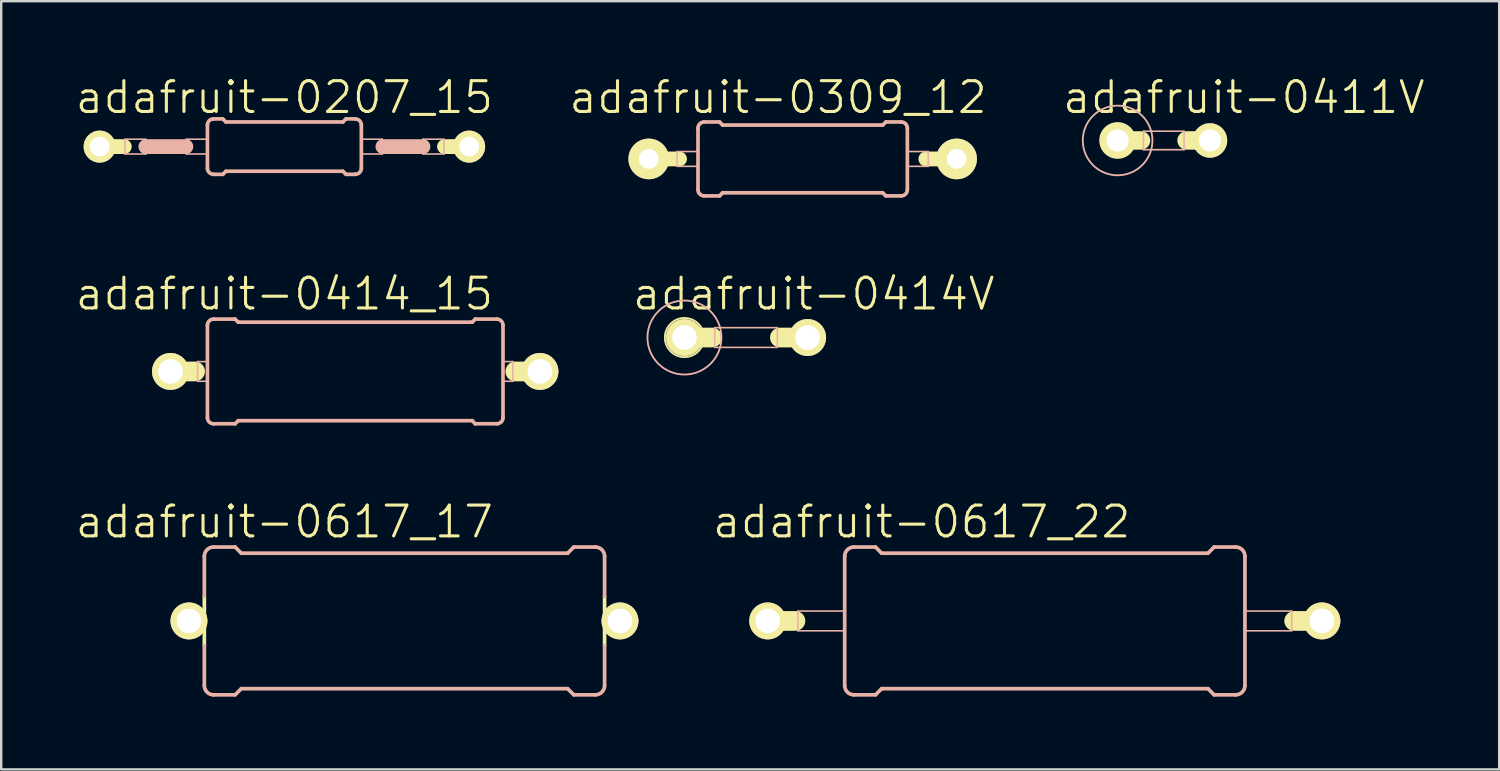
<source format=kicad_pcb>
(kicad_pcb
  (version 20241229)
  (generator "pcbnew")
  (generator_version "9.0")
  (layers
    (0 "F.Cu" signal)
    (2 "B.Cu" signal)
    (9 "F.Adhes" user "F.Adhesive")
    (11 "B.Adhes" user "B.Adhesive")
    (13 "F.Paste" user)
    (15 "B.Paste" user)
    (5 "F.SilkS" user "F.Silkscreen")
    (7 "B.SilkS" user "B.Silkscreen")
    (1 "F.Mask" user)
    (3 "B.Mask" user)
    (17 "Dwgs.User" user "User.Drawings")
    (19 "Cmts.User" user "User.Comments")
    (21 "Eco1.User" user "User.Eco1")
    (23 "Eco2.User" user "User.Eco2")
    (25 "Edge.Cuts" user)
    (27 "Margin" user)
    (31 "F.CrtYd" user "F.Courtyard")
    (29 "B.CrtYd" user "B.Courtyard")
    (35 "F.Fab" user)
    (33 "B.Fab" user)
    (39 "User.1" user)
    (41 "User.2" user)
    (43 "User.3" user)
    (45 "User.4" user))
  (footprint "adafruit-0207_15"
    (layer "F.Cu")
    (at 8.681 2.998)
    (property "Reference" "adafruit-0207_15" (at 0 -2.032 0) (layer "F.SilkS") (effects (font (size 1.27 1.27) (thickness 0.127))))
    (attr exclude_from_pos_files exclude_from_bom)
    (fp_line (start -7.62 0) (end -6.604 0) (stroke (width 0.61) (type solid)) (layer "F.SilkS"))
    (fp_line (start 7.62 0) (end 6.604 0) (stroke (width 0.61) (type solid)) (layer "F.SilkS"))
    (fp_line (start -6.579 -0.305) (end -5.715 -0.305) (stroke (width 0.066) (type solid)) (layer "B.SilkS"))
    (fp_line (start -6.579 0.305) (end -6.579 -0.305) (stroke (width 0.066) (type solid)) (layer "B.SilkS"))
    (fp_line (start -6.579 0.305) (end -5.715 0.305) (stroke (width 0.066) (type solid)) (layer "B.SilkS"))
    (fp_line (start -5.715 0) (end -4.064 0) (stroke (width 0.61) (type solid)) (layer "B.SilkS"))
    (fp_line (start -5.715 0.305) (end -5.715 -0.305) (stroke (width 0.066) (type solid)) (layer "B.SilkS"))
    (fp_line (start -4.039 -0.305) (end -3.175 -0.305) (stroke (width 0.066) (type solid)) (layer "B.SilkS"))
    (fp_line (start -4.039 0.305) (end -4.039 -0.305) (stroke (width 0.066) (type solid)) (layer "B.SilkS"))
    (fp_line (start -4.039 0.305) (end -3.175 0.305) (stroke (width 0.066) (type solid)) (layer "B.SilkS"))
    (fp_line (start -3.175 0.305) (end -3.175 -0.305) (stroke (width 0.066) (type solid)) (layer "B.SilkS"))
    (fp_line (start -3.175 0.889) (end -3.175 -0.889) (stroke (width 0.152) (type solid)) (layer "B.SilkS"))
    (fp_line (start -2.921 -1.143) (end -2.54 -1.143) (stroke (width 0.152) (type solid)) (layer "B.SilkS"))
    (fp_line (start -2.921 1.143) (end -2.54 1.143) (stroke (width 0.152) (type solid)) (layer "B.SilkS"))
    (fp_line (start -2.413 -1.016) (end -2.54 -1.143) (stroke (width 0.152) (type solid)) (layer "B.SilkS"))
    (fp_line (start -2.413 1.016) (end -2.54 1.143) (stroke (width 0.152) (type solid)) (layer "B.SilkS"))
    (fp_line (start 2.413 -1.016) (end -2.413 -1.016) (stroke (width 0.152) (type solid)) (layer "B.SilkS"))
    (fp_line (start 2.413 -1.016) (end 2.54 -1.143) (stroke (width 0.152) (type solid)) (layer "B.SilkS"))
    (fp_line (start 2.413 1.016) (end -2.413 1.016) (stroke (width 0.152) (type solid)) (layer "B.SilkS"))
    (fp_line (start 2.413 1.016) (end 2.54 1.143) (stroke (width 0.152) (type solid)) (layer "B.SilkS"))
    (fp_line (start 2.921 -1.143) (end 2.54 -1.143) (stroke (width 0.152) (type solid)) (layer "B.SilkS"))
    (fp_line (start 2.921 1.143) (end 2.54 1.143) (stroke (width 0.152) (type solid)) (layer "B.SilkS"))
    (fp_line (start 3.175 -0.305) (end 4.039 -0.305) (stroke (width 0.066) (type solid)) (layer "B.SilkS"))
    (fp_line (start 3.175 0.305) (end 3.175 -0.305) (stroke (width 0.066) (type solid)) (layer "B.SilkS"))
    (fp_line (start 3.175 0.305) (end 4.039 0.305) (stroke (width 0.066) (type solid)) (layer "B.SilkS"))
    (fp_line (start 3.175 0.889) (end 3.175 -0.889) (stroke (width 0.152) (type solid)) (layer "B.SilkS"))
    (fp_line (start 4.039 0.305) (end 4.039 -0.305) (stroke (width 0.066) (type solid)) (layer "B.SilkS"))
    (fp_line (start 5.715 -0.305) (end 6.579 -0.305) (stroke (width 0.066) (type solid)) (layer "B.SilkS"))
    (fp_line (start 5.715 0) (end 4.064 0) (stroke (width 0.61) (type solid)) (layer "B.SilkS"))
    (fp_line (start 5.715 0.305) (end 5.715 -0.305) (stroke (width 0.066) (type solid)) (layer "B.SilkS"))
    (fp_line (start 5.715 0.305) (end 6.579 0.305) (stroke (width 0.066) (type solid)) (layer "B.SilkS"))
    (fp_line (start 6.579 0.305) (end 6.579 -0.305) (stroke (width 0.066) (type solid)) (layer "B.SilkS"))
    (fp_arc (start -3.175 -0.889) (mid -3.100605 -1.068605) (end -2.921 -1.143) (stroke (width 0.1524) (type solid)) (layer "B.SilkS"))
    (fp_arc (start -2.921 1.143) (mid -3.100605 1.068605) (end -3.175 0.889) (stroke (width 0.1524) (type solid)) (layer "B.SilkS"))
    (fp_arc (start 2.921 -1.143) (mid 3.100605 -1.068605) (end 3.175 -0.889) (stroke (width 0.1524) (type solid)) (layer "B.SilkS"))
    (fp_arc (start 3.175 0.889) (mid 3.100605 1.068605) (end 2.921 1.143) (stroke (width 0.1524) (type solid)) (layer "B.SilkS"))
    (pad "1" thru_hole circle (at -7.62 0) (size 1.321 1.321) (drill 0.813) (layers "*.Cu" "F.Mask" "F.SilkS" "F.Paste"))
    (pad "2" thru_hole circle (at 7.62 0) (size 1.321 1.321) (drill 0.813) (layers "*.Cu" "F.Mask" "F.SilkS" "F.Paste")))
  (footprint "adafruit-0414_15"
    (layer "F.Cu")
    (at 11.602 12.272)
    (property "Reference" "adafruit-0414_15" (at -2.921 -3.2 0) (layer "F.SilkS") (effects (font (size 1.27 1.27) (thickness 0.127))))
    (attr exclude_from_pos_files exclude_from_bom)
    (fp_line (start -7.62 0) (end -6.604 0) (stroke (width 0.813) (type solid)) (layer "F.SilkS"))
    (fp_line (start 7.62 0) (end 6.604 0) (stroke (width 0.813) (type solid)) (layer "F.SilkS"))
    (fp_line (start -6.502 -0.406) (end -6.096 -0.406) (stroke (width 0.066) (type solid)) (layer "B.SilkS"))
    (fp_line (start -6.502 0.406) (end -6.502 -0.406) (stroke (width 0.066) (type solid)) (layer "B.SilkS"))
    (fp_line (start -6.502 0.406) (end -6.096 0.406) (stroke (width 0.066) (type solid)) (layer "B.SilkS"))
    (fp_line (start -6.096 0.406) (end -6.096 -0.406) (stroke (width 0.066) (type solid)) (layer "B.SilkS"))
    (fp_line (start -6.096 1.905) (end -6.096 -1.905) (stroke (width 0.152) (type solid)) (layer "B.SilkS"))
    (fp_line (start -5.842 -2.159) (end -4.953 -2.159) (stroke (width 0.152) (type solid)) (layer "B.SilkS"))
    (fp_line (start -5.842 2.159) (end -4.953 2.159) (stroke (width 0.152) (type solid)) (layer "B.SilkS"))
    (fp_line (start -4.826 -2.032) (end -4.953 -2.159) (stroke (width 0.152) (type solid)) (layer "B.SilkS"))
    (fp_line (start -4.826 2.032) (end -4.953 2.159) (stroke (width 0.152) (type solid)) (layer "B.SilkS"))
    (fp_line (start 4.826 -2.032) (end -4.826 -2.032) (stroke (width 0.152) (type solid)) (layer "B.SilkS"))
    (fp_line (start 4.826 -2.032) (end 4.953 -2.159) (stroke (width 0.152) (type solid)) (layer "B.SilkS"))
    (fp_line (start 4.826 2.032) (end -4.826 2.032) (stroke (width 0.152) (type solid)) (layer "B.SilkS"))
    (fp_line (start 4.826 2.032) (end 4.953 2.159) (stroke (width 0.152) (type solid)) (layer "B.SilkS"))
    (fp_line (start 5.842 -2.159) (end 4.953 -2.159) (stroke (width 0.152) (type solid)) (layer "B.SilkS"))
    (fp_line (start 5.842 2.159) (end 4.953 2.159) (stroke (width 0.152) (type solid)) (layer "B.SilkS"))
    (fp_line (start 6.096 -0.406) (end 6.502 -0.406) (stroke (width 0.066) (type solid)) (layer "B.SilkS"))
    (fp_line (start 6.096 0.406) (end 6.096 -0.406) (stroke (width 0.066) (type solid)) (layer "B.SilkS"))
    (fp_line (start 6.096 0.406) (end 6.502 0.406) (stroke (width 0.066) (type solid)) (layer "B.SilkS"))
    (fp_line (start 6.096 1.905) (end 6.096 -1.905) (stroke (width 0.152) (type solid)) (layer "B.SilkS"))
    (fp_line (start 6.502 0.406) (end 6.502 -0.406) (stroke (width 0.066) (type solid)) (layer "B.SilkS"))
    (fp_arc (start -6.096 -1.905) (mid -6.021605 -2.084605) (end -5.842 -2.159) (stroke (width 0.1524) (type solid)) (layer "B.SilkS"))
    (fp_arc (start -5.842 2.159) (mid -6.021605 2.084605) (end -6.096 1.905) (stroke (width 0.1524) (type solid)) (layer "B.SilkS"))
    (fp_arc (start 5.842 -2.159) (mid 6.021605 -2.084605) (end 6.096 -1.905) (stroke (width 0.1524) (type solid)) (layer "B.SilkS"))
    (fp_arc (start 6.096 1.905) (mid 6.021605 2.084605) (end 5.842 2.159) (stroke (width 0.1524) (type solid)) (layer "B.SilkS"))
    (pad "1" thru_hole circle (at -7.62 0) (size 1.524 1.524) (drill 1.016) (layers "*.Cu" "F.Mask" "F.SilkS" "F.Paste"))
    (pad "2" thru_hole circle (at 7.62 0) (size 1.524 1.524) (drill 1.016) (layers "*.Cu" "F.Mask" "F.SilkS" "F.Paste")))
  (footprint "adafruit-0414V"
    (layer "F.Cu")
    (at 27.723 10.873)
    (property "Reference" "adafruit-0414V" (at 2.794 -1.801 0) (layer "F.SilkS") (effects (font (size 1.27 1.27) (thickness 0.127))))
    (attr exclude_from_pos_files exclude_from_bom)
    (fp_line (start -2.54 0) (end -1.397 0) (stroke (width 0.813) (type solid)) (layer "F.SilkS"))
    (fp_line (start 2.54 0) (end 1.397 0) (stroke (width 0.813) (type solid)) (layer "F.SilkS"))
    (fp_circle (center -2.54 0) (end -3.111 0.572) (stroke (width 0.076) (type solid)) (fill no) (layer "F.SilkS"))
    (fp_line (start -1.293 -0.406) (end 1.293 -0.406) (stroke (width 0.066) (type solid)) (layer "B.SilkS"))
    (fp_line (start -1.293 0.406) (end -1.293 -0.406) (stroke (width 0.066) (type solid)) (layer "B.SilkS"))
    (fp_line (start -1.293 0.406) (end 1.293 0.406) (stroke (width 0.066) (type solid)) (layer "B.SilkS"))
    (fp_line (start 1.293 0.406) (end 1.293 -0.406) (stroke (width 0.066) (type solid)) (layer "B.SilkS"))
    (fp_circle (center -2.54 0) (end -3.619 1.079) (stroke (width 0.076) (type solid)) (fill no) (layer "B.SilkS"))
    (pad "1" thru_hole circle (at -2.54 0) (size 1.524 1.524) (drill 1.016) (layers "*.Cu" "F.Mask" "F.SilkS" "F.Paste"))
    (pad "2" thru_hole circle (at 2.54 0) (size 1.524 1.524) (drill 1.016) (layers "*.Cu" "F.Mask" "F.SilkS" "F.Paste")))
  (footprint "adafruit-0617_17"
    (layer "F.Cu")
    (at 13.634 22.563)
    (property "Reference" "adafruit-0617_17" (at -4.953 -4.089 0) (layer "F.SilkS") (effects (font (size 1.27 1.27) (thickness 0.127))))
    (attr exclude_from_pos_files exclude_from_bom)
    (fp_line (start -8.89 0) (end -8.636 0) (stroke (width 0.813) (type solid)) (layer "F.SilkS"))
    (fp_line (start -8.534 -0.406) (end -8.23 -0.406) (stroke (width 0.066) (type solid)) (layer "F.SilkS"))
    (fp_line (start -8.534 0.406) (end -8.534 -0.406) (stroke (width 0.066) (type solid)) (layer "F.SilkS"))
    (fp_line (start -8.534 0.406) (end -8.23 0.406) (stroke (width 0.066) (type solid)) (layer "F.SilkS"))
    (fp_line (start -8.255 -1.016) (end -8.255 1.016) (stroke (width 0.152) (type solid)) (layer "F.SilkS"))
    (fp_line (start -8.23 0.406) (end -8.23 -0.406) (stroke (width 0.066) (type solid)) (layer "F.SilkS"))
    (fp_line (start 8.23 -0.406) (end 8.534 -0.406) (stroke (width 0.066) (type solid)) (layer "F.SilkS"))
    (fp_line (start 8.23 0.406) (end 8.23 -0.406) (stroke (width 0.066) (type solid)) (layer "F.SilkS"))
    (fp_line (start 8.23 0.406) (end 8.534 0.406) (stroke (width 0.066) (type solid)) (layer "F.SilkS"))
    (fp_line (start 8.255 -1.016) (end 8.255 1.016) (stroke (width 0.152) (type solid)) (layer "F.SilkS"))
    (fp_line (start 8.534 0.406) (end 8.534 -0.406) (stroke (width 0.066) (type solid)) (layer "F.SilkS"))
    (fp_line (start 8.636 0) (end 8.89 0) (stroke (width 0.813) (type solid)) (layer "F.SilkS"))
    (fp_line (start -8.255 -1.016) (end -8.255 -2.667) (stroke (width 0.152) (type solid)) (layer "B.SilkS"))
    (fp_line (start -8.255 2.667) (end -8.255 1.016) (stroke (width 0.152) (type solid)) (layer "B.SilkS"))
    (fp_line (start -7.874 -3.048) (end -6.985 -3.048) (stroke (width 0.152) (type solid)) (layer "B.SilkS"))
    (fp_line (start -7.874 3.048) (end -6.985 3.048) (stroke (width 0.152) (type solid)) (layer "B.SilkS"))
    (fp_line (start -6.731 -2.794) (end -6.985 -3.048) (stroke (width 0.152) (type solid)) (layer "B.SilkS"))
    (fp_line (start -6.731 2.794) (end -6.985 3.048) (stroke (width 0.152) (type solid)) (layer "B.SilkS"))
    (fp_line (start 6.731 -2.794) (end -6.731 -2.794) (stroke (width 0.152) (type solid)) (layer "B.SilkS"))
    (fp_line (start 6.731 -2.794) (end 6.985 -3.048) (stroke (width 0.152) (type solid)) (layer "B.SilkS"))
    (fp_line (start 6.731 2.794) (end -6.731 2.794) (stroke (width 0.152) (type solid)) (layer "B.SilkS"))
    (fp_line (start 6.731 2.794) (end 6.985 3.048) (stroke (width 0.152) (type solid)) (layer "B.SilkS"))
    (fp_line (start 7.874 -3.048) (end 6.985 -3.048) (stroke (width 0.152) (type solid)) (layer "B.SilkS"))
    (fp_line (start 7.874 3.048) (end 6.985 3.048) (stroke (width 0.152) (type solid)) (layer "B.SilkS"))
    (fp_line (start 8.255 -1.016) (end 8.255 -2.667) (stroke (width 0.152) (type solid)) (layer "B.SilkS"))
    (fp_line (start 8.255 2.667) (end 8.255 1.016) (stroke (width 0.152) (type solid)) (layer "B.SilkS"))
    (fp_arc (start -8.255 -2.667) (mid -8.143408 -2.936408) (end -7.874 -3.048) (stroke (width 0.1524) (type solid)) (layer "B.SilkS"))
    (fp_arc (start -7.874 3.048) (mid -8.143408 2.936408) (end -8.255 2.667) (stroke (width 0.1524) (type solid)) (layer "B.SilkS"))
    (fp_arc (start 7.874 -3.048) (mid 8.143408 -2.936408) (end 8.255 -2.667) (stroke (width 0.1524) (type solid)) (layer "B.SilkS"))
    (fp_arc (start 8.255 2.667) (mid 8.143408 2.936408) (end 7.874 3.048) (stroke (width 0.1524) (type solid)) (layer "B.SilkS"))
    (pad "1" thru_hole circle (at -8.89 0) (size 1.524 1.524) (drill 1.016) (layers "*.Cu" "F.Mask" "F.SilkS" "F.Paste"))
    (pad "2" thru_hole circle (at 8.89 0) (size 1.524 1.524) (drill 1.016) (layers "*.Cu" "F.Mask" "F.SilkS" "F.Paste")))
  (footprint "adafruit-0617_22"
    (layer "F.Cu")
    (at 40.048 22.563)
    (property "Reference" "adafruit-0617_22" (at -5.08 -4.089 0) (layer "F.SilkS") (effects (font (size 1.27 1.27) (thickness 0.127))))
    (attr exclude_from_pos_files exclude_from_bom)
    (fp_line (start -10.287 0) (end -11.43 0) (stroke (width 0.813) (type solid)) (layer "F.SilkS"))
    (fp_line (start 11.43 0) (end 10.287 0) (stroke (width 0.813) (type solid)) (layer "F.SilkS"))
    (fp_line (start -10.185 -0.406) (end -8.255 -0.406) (stroke (width 0.066) (type solid)) (layer "B.SilkS"))
    (fp_line (start -10.185 0.406) (end -10.185 -0.406) (stroke (width 0.066) (type solid)) (layer "B.SilkS"))
    (fp_line (start -10.185 0.406) (end -8.255 0.406) (stroke (width 0.066) (type solid)) (layer "B.SilkS"))
    (fp_line (start -8.255 0.406) (end -8.255 -0.406) (stroke (width 0.066) (type solid)) (layer "B.SilkS"))
    (fp_line (start -8.255 2.667) (end -8.255 -2.667) (stroke (width 0.152) (type solid)) (layer "B.SilkS"))
    (fp_line (start -7.874 -3.048) (end -6.985 -3.048) (stroke (width 0.152) (type solid)) (layer "B.SilkS"))
    (fp_line (start -7.874 3.048) (end -6.985 3.048) (stroke (width 0.152) (type solid)) (layer "B.SilkS"))
    (fp_line (start -6.731 -2.794) (end -6.985 -3.048) (stroke (width 0.152) (type solid)) (layer "B.SilkS"))
    (fp_line (start -6.731 2.794) (end -6.985 3.048) (stroke (width 0.152) (type solid)) (layer "B.SilkS"))
    (fp_line (start 6.731 -2.794) (end -6.731 -2.794) (stroke (width 0.152) (type solid)) (layer "B.SilkS"))
    (fp_line (start 6.731 -2.794) (end 6.985 -3.048) (stroke (width 0.152) (type solid)) (layer "B.SilkS"))
    (fp_line (start 6.731 2.794) (end -6.731 2.794) (stroke (width 0.152) (type solid)) (layer "B.SilkS"))
    (fp_line (start 6.731 2.794) (end 6.985 3.048) (stroke (width 0.152) (type solid)) (layer "B.SilkS"))
    (fp_line (start 7.874 -3.048) (end 6.985 -3.048) (stroke (width 0.152) (type solid)) (layer "B.SilkS"))
    (fp_line (start 7.874 3.048) (end 6.985 3.048) (stroke (width 0.152) (type solid)) (layer "B.SilkS"))
    (fp_line (start 8.255 -0.406) (end 10.185 -0.406) (stroke (width 0.066) (type solid)) (layer "B.SilkS"))
    (fp_line (start 8.255 0.406) (end 8.255 -0.406) (stroke (width 0.066) (type solid)) (layer "B.SilkS"))
    (fp_line (start 8.255 0.406) (end 10.185 0.406) (stroke (width 0.066) (type solid)) (layer "B.SilkS"))
    (fp_line (start 8.255 2.667) (end 8.255 -2.667) (stroke (width 0.152) (type solid)) (layer "B.SilkS"))
    (fp_line (start 10.185 0.406) (end 10.185 -0.406) (stroke (width 0.066) (type solid)) (layer "B.SilkS"))
    (fp_arc (start -8.255 -2.667) (mid -8.143408 -2.936408) (end -7.874 -3.048) (stroke (width 0.1524) (type solid)) (layer "B.SilkS"))
    (fp_arc (start -7.874 3.048) (mid -8.143408 2.936408) (end -8.255 2.667) (stroke (width 0.1524) (type solid)) (layer "B.SilkS"))
    (fp_arc (start 7.874 -3.048) (mid 8.143408 -2.936408) (end 8.255 -2.667) (stroke (width 0.1524) (type solid)) (layer "B.SilkS"))
    (fp_arc (start 8.255 2.667) (mid 8.143408 2.936408) (end 7.874 3.048) (stroke (width 0.1524) (type solid)) (layer "B.SilkS"))
    (pad "1" thru_hole circle (at -11.43 0) (size 1.524 1.524) (drill 1.016) (layers "*.Cu" "F.Mask" "F.SilkS" "F.Paste"))
    (pad "2" thru_hole circle (at 11.43 0) (size 1.524 1.524) (drill 1.016) (layers "*.Cu" "F.Mask" "F.SilkS" "F.Paste")))
  (footprint "adafruit-0411V"
    (layer "F.Cu")
    (at 45.591 2.744)
    (property "Reference" "adafruit-0411V" (at 2.667 -1.778 0) (layer "F.SilkS") (effects (font (size 1.27 1.27) (thickness 0.127))))
    (attr exclude_from_pos_files exclude_from_bom)
    (fp_line (start -1.575 0) (end -2.54 0) (stroke (width 0.762) (type solid)) (layer "F.SilkS"))
    (fp_line (start 1.27 0) (end 0.305 0) (stroke (width 0.762) (type solid)) (layer "F.SilkS"))
    (fp_circle (center -2.54 0) (end -3.048 0.508) (stroke (width 0.076) (type solid)) (fill no) (layer "F.SilkS"))
    (fp_line (start -1.473 -0.381) (end 0.203 -0.381) (stroke (width 0.066) (type solid)) (layer "B.SilkS"))
    (fp_line (start -1.473 0.381) (end -1.473 -0.381) (stroke (width 0.066) (type solid)) (layer "B.SilkS"))
    (fp_line (start -1.473 0.381) (end 0.203 0.381) (stroke (width 0.066) (type solid)) (layer "B.SilkS"))
    (fp_line (start 0.203 0.381) (end 0.203 -0.381) (stroke (width 0.066) (type solid)) (layer "B.SilkS"))
    (fp_circle (center -2.54 0) (end -3.556 1.016) (stroke (width 0.076) (type solid)) (fill no) (layer "B.SilkS"))
    (pad "1" thru_hole circle (at -2.54 0) (size 1.422 1.422) (drill 0.914) (layers "*.Cu" "F.Mask" "F.SilkS" "F.Paste"))
    (pad "2" thru_hole circle (at 1.27 0) (size 1.422 1.422) (drill 0.914) (layers "*.Cu" "F.Mask" "F.SilkS" "F.Paste")))
  (footprint "adafruit-0309_12"
    (layer "F.Cu")
    (at 30.06 3.506)
    (property "Reference" "adafruit-0309_12" (at -1.016 -2.54 0) (layer "F.SilkS") (effects (font (size 1.27 1.27) (thickness 0.127))))
    (attr exclude_from_pos_files exclude_from_bom)
    (fp_line (start -6.35 0) (end -5.08 0) (stroke (width 0.61) (type solid)) (layer "F.SilkS"))
    (fp_line (start 6.35 0) (end 5.08 0) (stroke (width 0.61) (type solid)) (layer "F.SilkS"))
    (fp_line (start -5.179 -0.305) (end -4.318 -0.305) (stroke (width 0.066) (type solid)) (layer "B.SilkS"))
    (fp_line (start -5.179 0.305) (end -5.179 -0.305) (stroke (width 0.066) (type solid)) (layer "B.SilkS"))
    (fp_line (start -5.179 0.305) (end -4.318 0.305) (stroke (width 0.066) (type solid)) (layer "B.SilkS"))
    (fp_line (start -4.318 0.305) (end -4.318 -0.305) (stroke (width 0.066) (type solid)) (layer "B.SilkS"))
    (fp_line (start -4.318 1.27) (end -4.318 -1.27) (stroke (width 0.152) (type solid)) (layer "B.SilkS"))
    (fp_line (start -4.064 -1.524) (end -3.429 -1.524) (stroke (width 0.152) (type solid)) (layer "B.SilkS"))
    (fp_line (start -4.064 1.524) (end -3.429 1.524) (stroke (width 0.152) (type solid)) (layer "B.SilkS"))
    (fp_line (start -3.302 -1.397) (end -3.429 -1.524) (stroke (width 0.152) (type solid)) (layer "B.SilkS"))
    (fp_line (start -3.302 1.397) (end -3.429 1.524) (stroke (width 0.152) (type solid)) (layer "B.SilkS"))
    (fp_line (start 3.302 -1.397) (end -3.302 -1.397) (stroke (width 0.152) (type solid)) (layer "B.SilkS"))
    (fp_line (start 3.302 -1.397) (end 3.429 -1.524) (stroke (width 0.152) (type solid)) (layer "B.SilkS"))
    (fp_line (start 3.302 1.397) (end -3.302 1.397) (stroke (width 0.152) (type solid)) (layer "B.SilkS"))
    (fp_line (start 3.302 1.397) (end 3.429 1.524) (stroke (width 0.152) (type solid)) (layer "B.SilkS"))
    (fp_line (start 4.064 -1.524) (end 3.429 -1.524) (stroke (width 0.152) (type solid)) (layer "B.SilkS"))
    (fp_line (start 4.064 1.524) (end 3.429 1.524) (stroke (width 0.152) (type solid)) (layer "B.SilkS"))
    (fp_line (start 4.318 -0.305) (end 5.179 -0.305) (stroke (width 0.066) (type solid)) (layer "B.SilkS"))
    (fp_line (start 4.318 0.305) (end 4.318 -0.305) (stroke (width 0.066) (type solid)) (layer "B.SilkS"))
    (fp_line (start 4.318 0.305) (end 5.179 0.305) (stroke (width 0.066) (type solid)) (layer "B.SilkS"))
    (fp_line (start 4.318 1.27) (end 4.318 -1.27) (stroke (width 0.152) (type solid)) (layer "B.SilkS"))
    (fp_line (start 5.179 0.305) (end 5.179 -0.305) (stroke (width 0.066) (type solid)) (layer "B.SilkS"))
    (fp_arc (start -4.318 -1.27) (mid -4.243605 -1.449605) (end -4.064 -1.524) (stroke (width 0.1524) (type solid)) (layer "B.SilkS"))
    (fp_arc (start -4.064 1.524) (mid -4.243605 1.449605) (end -4.318 1.27) (stroke (width 0.1524) (type solid)) (layer "B.SilkS"))
    (fp_arc (start 4.064 -1.524) (mid 4.243605 -1.449605) (end 4.318 -1.27) (stroke (width 0.1524) (type solid)) (layer "B.SilkS"))
    (fp_arc (start 4.318 1.27) (mid 4.243605 1.449605) (end 4.064 1.524) (stroke (width 0.1524) (type solid)) (layer "B.SilkS"))
    (pad "1" thru_hole circle (at -6.35 0) (size 1.676 1.676) (drill 0.813) (layers "*.Cu" "F.Mask" "F.SilkS" "F.Paste"))
    (pad "2" thru_hole circle (at 6.35 0) (size 1.676 1.676) (drill 0.813) (layers "*.Cu" "F.Mask" "F.SilkS" "F.Paste")))
  (gr_rect
    (start -3 -3)
    (end 58.79 28.687)
    (stroke (width 0.1) (type default))
    (fill no)
    (layer "Edge.Cuts")))
</source>
